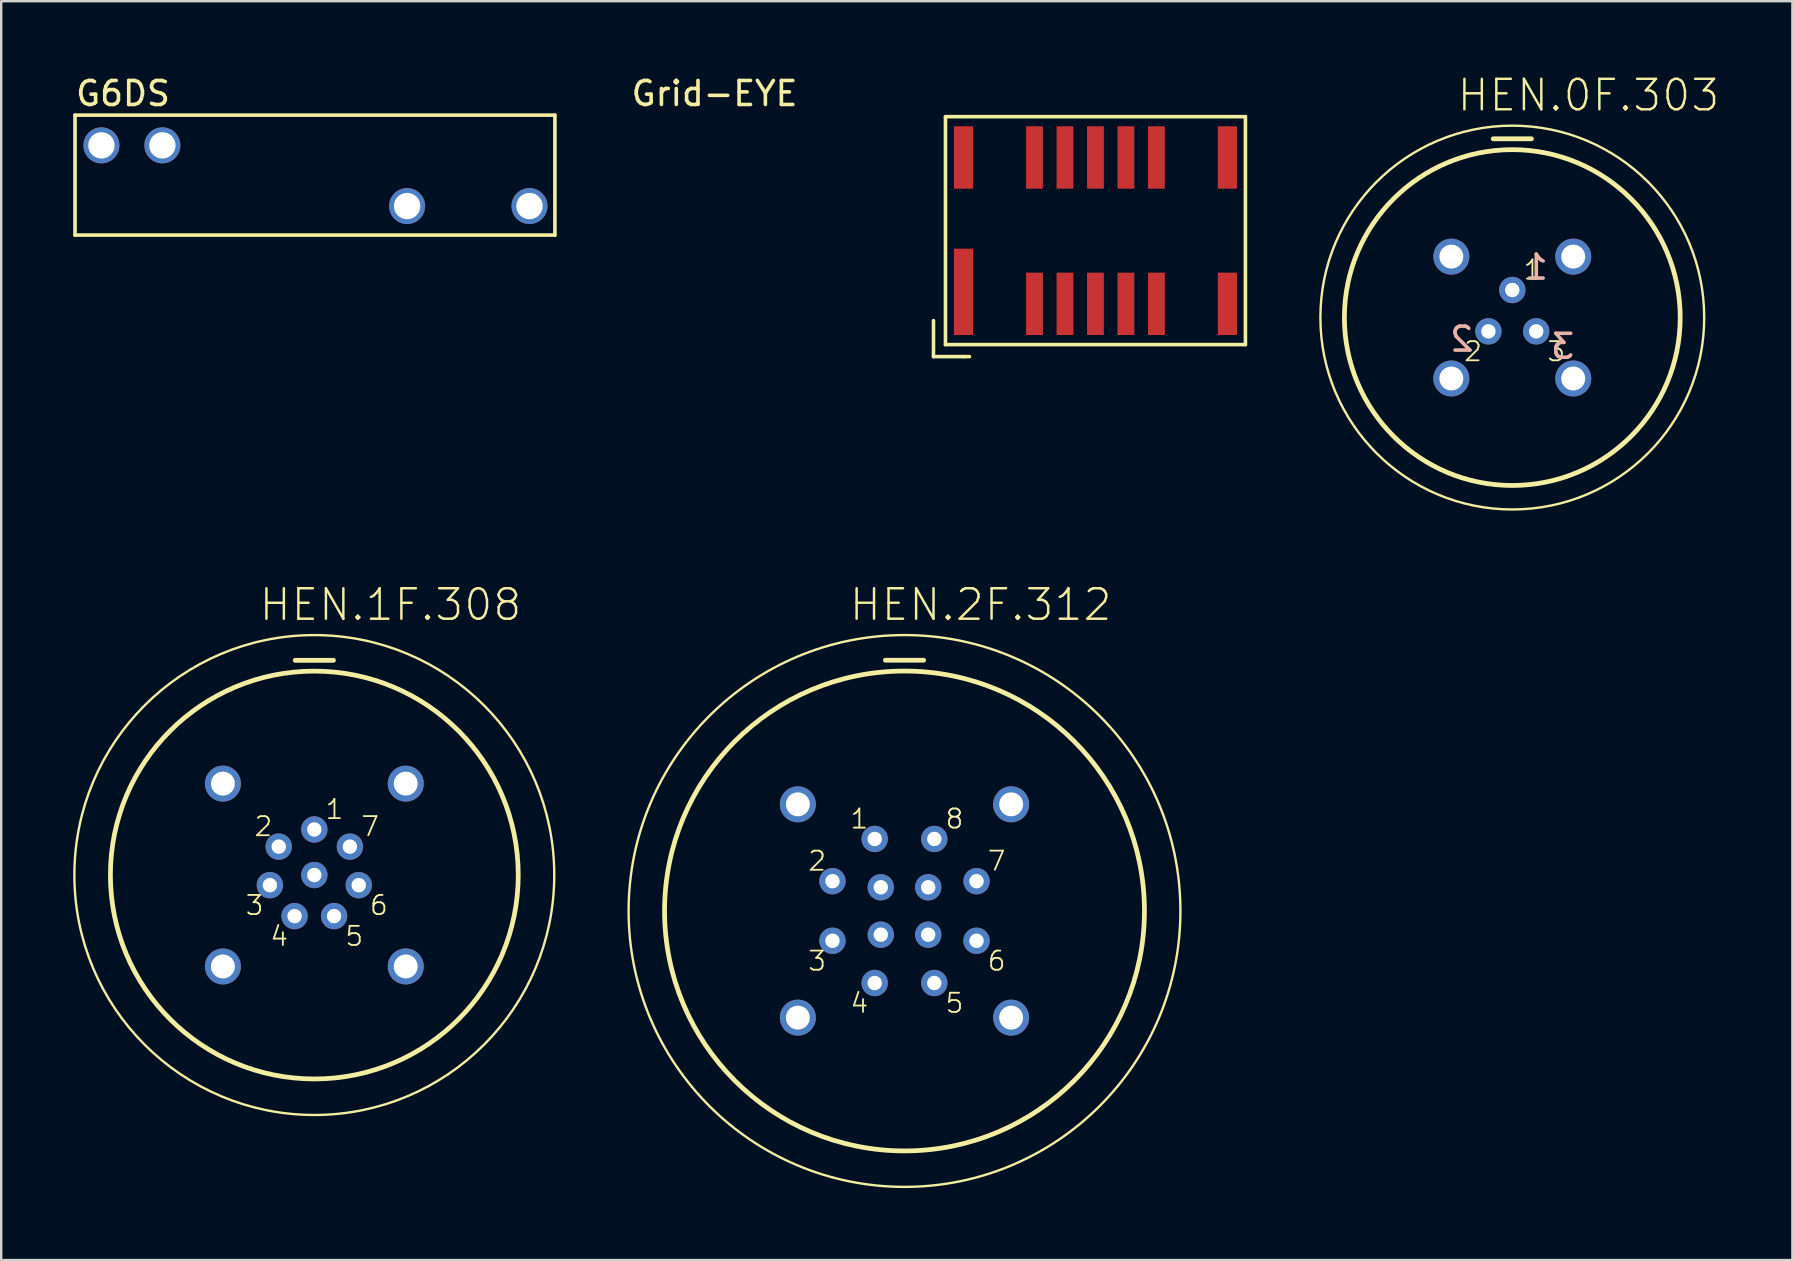
<source format=kicad_pcb>
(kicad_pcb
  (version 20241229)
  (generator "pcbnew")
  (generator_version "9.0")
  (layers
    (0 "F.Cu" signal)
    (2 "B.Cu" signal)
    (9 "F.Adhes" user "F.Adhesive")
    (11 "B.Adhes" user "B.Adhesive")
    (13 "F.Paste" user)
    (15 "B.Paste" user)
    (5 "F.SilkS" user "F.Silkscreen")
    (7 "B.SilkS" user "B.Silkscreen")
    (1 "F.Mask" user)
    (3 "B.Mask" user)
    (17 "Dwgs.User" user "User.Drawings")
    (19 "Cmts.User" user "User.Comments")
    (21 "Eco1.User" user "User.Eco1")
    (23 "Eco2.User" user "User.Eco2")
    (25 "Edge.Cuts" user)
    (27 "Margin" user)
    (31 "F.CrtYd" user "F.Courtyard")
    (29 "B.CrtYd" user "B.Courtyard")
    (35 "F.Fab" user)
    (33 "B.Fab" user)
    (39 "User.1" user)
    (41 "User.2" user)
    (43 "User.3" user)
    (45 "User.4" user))
  (footprint "HEN.1F.308"
    (layer "F.Cu")
    (at 10.05 33.419)
    (property "Reference" "HEN.1F.308" (at 3.175 -11.265 0) (layer "F.SilkS") (effects (font (size 1.27 1.27) (thickness 0.102))))
    (attr exclude_from_pos_files exclude_from_bom)
    (fp_line (start -0.798 -8.948) (end 0.798 -8.948) (stroke (width 0.198) (type solid)) (layer "F.SilkS"))
    (fp_circle (center 0 0) (end 0 -10) (stroke (width 0.099) (type solid)) (fill no) (layer "F.SilkS"))
    (fp_circle (center 0 0) (end 0 -8.499) (stroke (width 0.198) (type solid)) (fill no) (layer "F.SilkS"))
    (fp_text user "7" (at 2.324 -2.024 0) (layer "F.SilkS") (effects (font (size 0.798 0.798) (thickness 0.076))))
    (fp_text user "5" (at 1.664 2.55 0) (layer "F.SilkS") (effects (font (size 0.798 0.798) (thickness 0.076))))
    (fp_text user "6" (at 2.69 1.262 0) (layer "F.SilkS") (effects (font (size 0.798 0.798) (thickness 0.076))))
    (fp_text user "3" (at -2.492 1.262 0) (layer "F.SilkS") (effects (font (size 0.798 0.798) (thickness 0.076))))
    (fp_text user "4" (at -1.463 2.55 0) (layer "F.SilkS") (effects (font (size 0.798 0.798) (thickness 0.076))))
    (fp_text user "1" (at 0.838 -2.738 0) (layer "F.SilkS") (effects (font (size 0.798 0.798) (thickness 0.076))))
    (fp_text user "2" (at -2.123 -2.024 0) (layer "F.SilkS") (effects (font (size 0.798 0.798) (thickness 0.076))))
    (pad "1" thru_hole circle (at 0 -1.9) (size 1.1 1.1) (drill 0.599) (layers "*.Cu" "*.Paste" "*.Mask"))
    (pad "2" thru_hole circle (at -1.483 -1.184) (size 1.1 1.1) (drill 0.599) (layers "*.Cu" "*.Paste" "*.Mask"))
    (pad "3" thru_hole circle (at -1.852 0.422) (size 1.1 1.1) (drill 0.599) (layers "*.Cu" "*.Paste" "*.Mask"))
    (pad "4" thru_hole circle (at -0.823 1.712) (size 1.1 1.1) (drill 0.599) (layers "*.Cu" "*.Paste" "*.Mask"))
    (pad "5" thru_hole circle (at 0.823 1.712) (size 1.1 1.1) (drill 0.599) (layers "*.Cu" "*.Paste" "*.Mask"))
    (pad "6" thru_hole circle (at 1.852 0.422) (size 1.1 1.1) (drill 0.599) (layers "*.Cu" "*.Paste" "*.Mask"))
    (pad "7" thru_hole circle (at 1.483 -1.184) (size 1.1 1.1) (drill 0.599) (layers "*.Cu" "*.Paste" "*.Mask"))
    (pad "8" thru_hole circle (at 0 0) (size 1.1 1.1) (drill 0.599) (layers "*.Cu" "*.Paste" "*.Mask"))
    (pad "10" thru_hole circle (at -3.81 3.81) (size 1.499 1.499) (drill 0.998) (layers "*.Cu" "*.Paste" "*.Mask"))
    (pad "11" thru_hole circle (at 3.81 3.81) (size 1.499 1.499) (drill 0.998) (layers "*.Cu" "*.Paste" "*.Mask"))
    (pad "12" thru_hole circle (at 3.81 -3.81) (size 1.499 1.499) (drill 0.998) (layers "*.Cu" "*.Paste" "*.Mask"))
    (pad "13" thru_hole circle (at -3.81 -3.81) (size 1.499 1.499) (drill 0.998) (layers "*.Cu" "*.Paste" "*.Mask")))
  (footprint "HEN.0F.303"
    (layer "F.Cu")
    (at 59.978 10.185)
    (property "Reference" "HEN.0F.303" (at 3.175 -9.263 0) (layer "F.SilkS") (effects (font (size 1.27 1.27) (thickness 0.102))))
    (attr exclude_from_pos_files exclude_from_bom)
    (fp_line (start -0.798 -7.45) (end 0.798 -7.45) (stroke (width 0.198) (type solid)) (layer "F.SilkS"))
    (fp_circle (center 0 0) (end 0 -7.998) (stroke (width 0.099) (type solid)) (fill no) (layer "F.SilkS"))
    (fp_circle (center 0 0) (end 0 -6.998) (stroke (width 0.198) (type solid)) (fill no) (layer "F.SilkS"))
    (fp_text user "3" (at 1.834 1.415 0) (layer "F.SilkS") (effects (font (size 0.798 0.798) (thickness 0.076))))
    (fp_text user "2" (at -1.636 1.415 0) (layer "F.SilkS") (effects (font (size 0.798 0.798) (thickness 0.076))))
    (fp_text user "1" (at 0.838 -1.989 0) (layer "F.SilkS") (effects (font (size 0.798 0.798) (thickness 0.076))))
    (fp_text user "2" (at -2.1 0.9 0) (layer "B.SilkS") (effects (font (size 1 1) (thickness 0.15)) (justify mirror)))
    (fp_text user "1" (at 1 -2.1 0) (layer "B.SilkS") (effects (font (size 1 1) (thickness 0.15)) (justify mirror)))
    (fp_text user "3" (at 2.1 1.2 0) (layer "B.SilkS") (effects (font (size 1 1) (thickness 0.15)) (justify mirror)))
    (pad "1" thru_hole circle (at 0 -1.148) (size 1.1 1.1) (drill 0.599) (layers "*.Cu" "*.Paste" "*.Mask"))
    (pad "2" thru_hole circle (at -0.996 0.574) (size 1.1 1.1) (drill 0.599) (layers "*.Cu" "*.Paste" "*.Mask"))
    (pad "3" thru_hole circle (at 0.996 0.574) (size 1.1 1.1) (drill 0.599) (layers "*.Cu" "*.Paste" "*.Mask"))
    (pad "5" thru_hole circle (at -2.54 2.54) (size 1.499 1.499) (drill 0.998) (layers "*.Cu" "*.Paste" "*.Mask"))
    (pad "6" thru_hole circle (at 2.54 2.54) (size 1.499 1.499) (drill 0.998) (layers "*.Cu" "*.Paste" "*.Mask"))
    (pad "7" thru_hole circle (at 2.54 -2.54) (size 1.499 1.499) (drill 0.998) (layers "*.Cu" "*.Paste" "*.Mask"))
    (pad "8" thru_hole circle (at -2.54 -2.54) (size 1.499 1.499) (drill 0.998) (layers "*.Cu" "*.Paste" "*.Mask")))
  (footprint "Grid-EYE"
    (layer "F.Cu")
    (at 42.605 6.563)
    (property "Reference" "Grid-EYE" (at -15.875 -5.715 0) (layer "F.SilkS") (effects (font (size 1 1) (thickness 0.15))))
    (attr through_hole)
    (fp_line (start -6.75 5.25) (end -6.75 3.75) (stroke (width 0.15) (type solid)) (layer "F.SilkS"))
    (fp_line (start -6.75 5.25) (end -5.5 5.25) (stroke (width 0.15) (type solid)) (layer "F.SilkS"))
    (fp_line (start -6.25 -4.75) (end 6.25 -4.75) (stroke (width 0.15) (type solid)) (layer "F.SilkS"))
    (fp_line (start -6.25 4.75) (end -6.25 -4.75) (stroke (width 0.15) (type solid)) (layer "F.SilkS"))
    (fp_line (start -5.5 5.25) (end -5.25 5.25) (stroke (width 0.15) (type solid)) (layer "F.SilkS"))
    (fp_line (start 6.25 -4.75) (end 6.25 4.75) (stroke (width 0.15) (type solid)) (layer "F.SilkS"))
    (fp_line (start 6.25 4.75) (end -6.25 4.75) (stroke (width 0.15) (type solid)) (layer "F.SilkS"))
    (pad "1" smd rect (at -5.5 2.55) (size 0.8 3.6) (layers "F.Cu" "F.Mask" "F.Paste"))
    (pad "2" smd rect (at -2.54 3.05) (size 0.7 2.6) (layers "F.Cu" "F.Mask" "F.Paste"))
    (pad "3" smd rect (at -1.27 3.05) (size 0.7 2.6) (layers "F.Cu" "F.Mask" "F.Paste"))
    (pad "4" smd rect (at 0 3.05) (size 0.7 2.6) (layers "F.Cu" "F.Mask" "F.Paste"))
    (pad "5" smd rect (at 1.27 3.05) (size 0.7 2.6) (layers "F.Cu" "F.Mask" "F.Paste"))
    (pad "6" smd rect (at 2.54 3.05) (size 0.7 2.6) (layers "F.Cu" "F.Mask" "F.Paste"))
    (pad "7" smd rect (at 5.5 3.05) (size 0.8 2.6) (layers "F.Cu" "F.Mask" "F.Paste"))
    (pad "8" smd rect (at 5.5 -3.05) (size 0.8 2.6) (layers "F.Cu" "F.Mask" "F.Paste"))
    (pad "9" smd rect (at 2.54 -3.05) (size 0.7 2.6) (layers "F.Cu" "F.Mask" "F.Paste"))
    (pad "10" smd rect (at 1.27 -3.05) (size 0.7 2.6) (layers "F.Cu" "F.Mask" "F.Paste"))
    (pad "11" smd rect (at 0 -3.05) (size 0.7 2.6) (layers "F.Cu" "F.Mask" "F.Paste"))
    (pad "12" smd rect (at -1.27 -3.05) (size 0.7 2.6) (layers "F.Cu" "F.Mask" "F.Paste"))
    (pad "13" smd rect (at -2.54 -3.05) (size 0.7 2.6) (layers "F.Cu" "F.Mask" "F.Paste"))
    (pad "14" smd rect (at -5.5 -3.05) (size 0.8 2.6) (layers "F.Cu" "F.Mask" "F.Paste")))
  (footprint "HEN.2F.312"
    (layer "F.Cu")
    (at 34.647 34.917)
    (property "Reference" "HEN.2F.312" (at 3.175 -12.764 0) (layer "F.SilkS") (effects (font (size 1.27 1.27) (thickness 0.102))))
    (attr exclude_from_pos_files exclude_from_bom)
    (fp_line (start -0.798 -10.45) (end 0.798 -10.45) (stroke (width 0.198) (type solid)) (layer "F.SilkS"))
    (fp_circle (center 0 0) (end 0 -11.499) (stroke (width 0.099) (type solid)) (fill no) (layer "F.SilkS"))
    (fp_circle (center 0 0) (end 0 -10) (stroke (width 0.198) (type solid)) (fill no) (layer "F.SilkS"))
    (fp_text user "3" (at -3.642 2.083 0) (layer "F.SilkS") (effects (font (size 0.798 0.798) (thickness 0.076))))
    (fp_text user "2" (at -3.642 -2.083 0) (layer "F.SilkS") (effects (font (size 0.798 0.798) (thickness 0.076))))
    (fp_text user "7" (at 3.84 -2.083 0) (layer "F.SilkS") (effects (font (size 0.798 0.798) (thickness 0.076))))
    (fp_text user "1" (at -1.882 -3.84 0) (layer "F.SilkS") (effects (font (size 0.798 0.798) (thickness 0.076))))
    (fp_text user "4" (at -1.882 3.84 0) (layer "F.SilkS") (effects (font (size 0.798 0.798) (thickness 0.076))))
    (fp_text user "8" (at 2.083 -3.84 0) (layer "F.SilkS") (effects (font (size 0.798 0.798) (thickness 0.076))))
    (fp_text user "6" (at 3.84 2.083 0) (layer "F.SilkS") (effects (font (size 0.798 0.798) (thickness 0.076))))
    (fp_text user "5" (at 2.083 3.84 0) (layer "F.SilkS") (effects (font (size 0.798 0.798) (thickness 0.076))))
    (pad "1" thru_hole circle (at -1.242 -3.002) (size 1.1 1.1) (drill 0.599) (layers "*.Cu" "*.Paste" "*.Mask"))
    (pad "2" thru_hole circle (at -3.002 -1.242) (size 1.1 1.1) (drill 0.599) (layers "*.Cu" "*.Paste" "*.Mask"))
    (pad "3" thru_hole circle (at -3.002 1.242) (size 1.1 1.1) (drill 0.599) (layers "*.Cu" "*.Paste" "*.Mask"))
    (pad "4" thru_hole circle (at -1.242 3.002) (size 1.1 1.1) (drill 0.599) (layers "*.Cu" "*.Paste" "*.Mask"))
    (pad "5" thru_hole circle (at 1.242 3.002) (size 1.1 1.1) (drill 0.599) (layers "*.Cu" "*.Paste" "*.Mask"))
    (pad "6" thru_hole circle (at 3.002 1.242) (size 1.1 1.1) (drill 0.599) (layers "*.Cu" "*.Paste" "*.Mask"))
    (pad "7" thru_hole circle (at 3.002 -1.242) (size 1.1 1.1) (drill 0.599) (layers "*.Cu" "*.Paste" "*.Mask"))
    (pad "8" thru_hole circle (at 1.242 -3.002) (size 1.1 1.1) (drill 0.599) (layers "*.Cu" "*.Paste" "*.Mask"))
    (pad "9" thru_hole circle (at -0.988 -0.988) (size 1.1 1.1) (drill 0.599) (layers "*.Cu" "*.Paste" "*.Mask"))
    (pad "10" thru_hole circle (at -0.988 0.988) (size 1.1 1.1) (drill 0.599) (layers "*.Cu" "*.Paste" "*.Mask"))
    (pad "11" thru_hole circle (at 0.988 0.988) (size 1.1 1.1) (drill 0.599) (layers "*.Cu" "*.Paste" "*.Mask"))
    (pad "12" thru_hole circle (at 0.988 -0.988) (size 1.1 1.1) (drill 0.599) (layers "*.Cu" "*.Paste" "*.Mask"))
    (pad "14" thru_hole circle (at -4.445 4.445) (size 1.499 1.499) (drill 0.998) (layers "*.Cu" "*.Paste" "*.Mask"))
    (pad "15" thru_hole circle (at 4.445 4.445) (size 1.499 1.499) (drill 0.998) (layers "*.Cu" "*.Paste" "*.Mask"))
    (pad "16" thru_hole circle (at 4.445 -4.445) (size 1.499 1.499) (drill 0.998) (layers "*.Cu" "*.Paste" "*.Mask"))
    (pad "17" thru_hole circle (at -4.445 -4.445) (size 1.499 1.499) (drill 0.998) (layers "*.Cu" "*.Paste" "*.Mask")))
  (footprint "G6DS"
    (layer "F.Cu")
    (at 19.017 2.998)
    (property "Reference" "G6DS" (at -16.94 -2.15 0) (layer "F.SilkS") (effects (font (size 1 1) (thickness 0.15))))
    (attr through_hole)
    (fp_line (start -18.94 -1.25) (end 1.06 -1.25) (stroke (width 0.15) (type solid)) (layer "F.SilkS"))
    (fp_line (start -18.94 3.75) (end -18.94 -1.25) (stroke (width 0.15) (type solid)) (layer "F.SilkS"))
    (fp_line (start 1.06 -1.25) (end 1.06 3.75) (stroke (width 0.15) (type solid)) (layer "F.SilkS"))
    (fp_line (start 1.06 3.75) (end -18.94 3.75) (stroke (width 0.15) (type solid)) (layer "F.SilkS"))
    (pad "1" thru_hole circle (at -17.84 0.01) (size 1.5 1.5) (drill 1.1) (layers "*.Cu" "*.Mask"))
    (pad "2" thru_hole circle (at -15.3 0.01) (size 1.5 1.5) (drill 1.1) (layers "*.Cu" "*.Mask"))
    (pad "3" thru_hole circle (at -5.1 2.54) (size 1.5 1.5) (drill 1.1) (layers "*.Cu" "*.Mask"))
    (pad "4" thru_hole circle (at 0 2.54) (size 1.5 1.5) (drill 1.1) (layers "*.Cu" "*.Mask")))
  (gr_rect
    (start -3 -3)
    (end 71.651 49.465)
    (stroke (width 0.1) (type default))
    (fill no)
    (layer "Edge.Cuts")))
</source>
